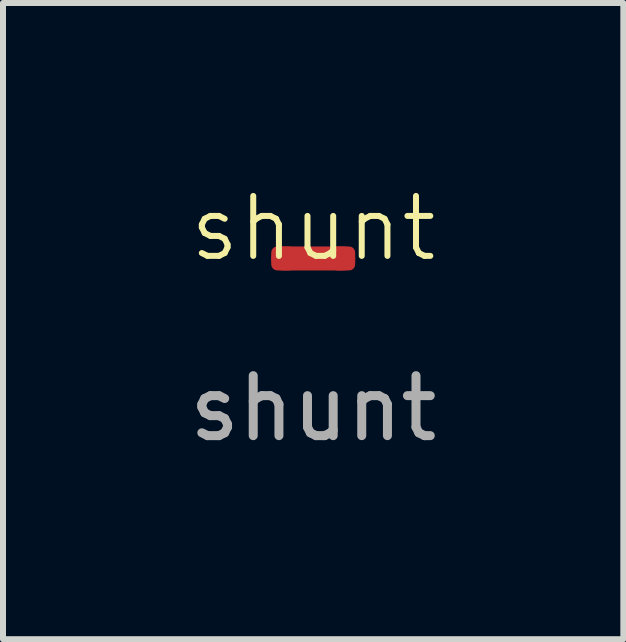
<source format=kicad_pcb>
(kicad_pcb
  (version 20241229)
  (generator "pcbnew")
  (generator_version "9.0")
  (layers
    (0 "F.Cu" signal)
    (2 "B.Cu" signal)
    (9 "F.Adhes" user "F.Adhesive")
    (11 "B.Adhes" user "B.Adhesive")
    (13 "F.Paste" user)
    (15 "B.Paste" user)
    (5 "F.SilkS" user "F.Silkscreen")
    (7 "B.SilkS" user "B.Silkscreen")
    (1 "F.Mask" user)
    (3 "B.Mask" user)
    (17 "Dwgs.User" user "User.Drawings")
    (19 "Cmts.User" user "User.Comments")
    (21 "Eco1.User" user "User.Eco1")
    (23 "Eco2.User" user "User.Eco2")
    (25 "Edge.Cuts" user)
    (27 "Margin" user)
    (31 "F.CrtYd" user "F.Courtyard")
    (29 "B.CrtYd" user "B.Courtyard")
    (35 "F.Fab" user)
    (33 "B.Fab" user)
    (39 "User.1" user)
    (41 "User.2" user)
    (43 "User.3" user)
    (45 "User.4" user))
  (footprint "shunt"
    (layer "F.Cu")
    (at 2.173 1.26)
    (property "Reference" "shunt" (at 0 -0.5 0) (unlocked yes) (layer "F.SilkS") (effects (font (size 1 1) (thickness 0.1))))
    (attr smd)
    (fp_line (start -0.5 0) (end 0.5 0) (stroke (width 0.4) (type default)) (layer "F.Cu"))
    (fp_text user "${REFERENCE}" (at 0 2.5 0) (unlocked yes) (layer "F.Fab") (effects (font (size 1 1) (thickness 0.15))))
    (pad "1" smd roundrect (at -0.5 0) (size 0.4 0.4) (layers "F.Cu") (roundrect_rratio 0.25))
    (pad "2" smd roundrect (at 0.5 0) (size 0.4 0.4) (layers "F.Cu") (roundrect_rratio 0.25)))
  (gr_rect
    (start -3 -3)
    (end 7.345 7.609)
    (stroke (width 0.1) (type default))
    (fill no)
    (layer "Edge.Cuts")))
</source>
